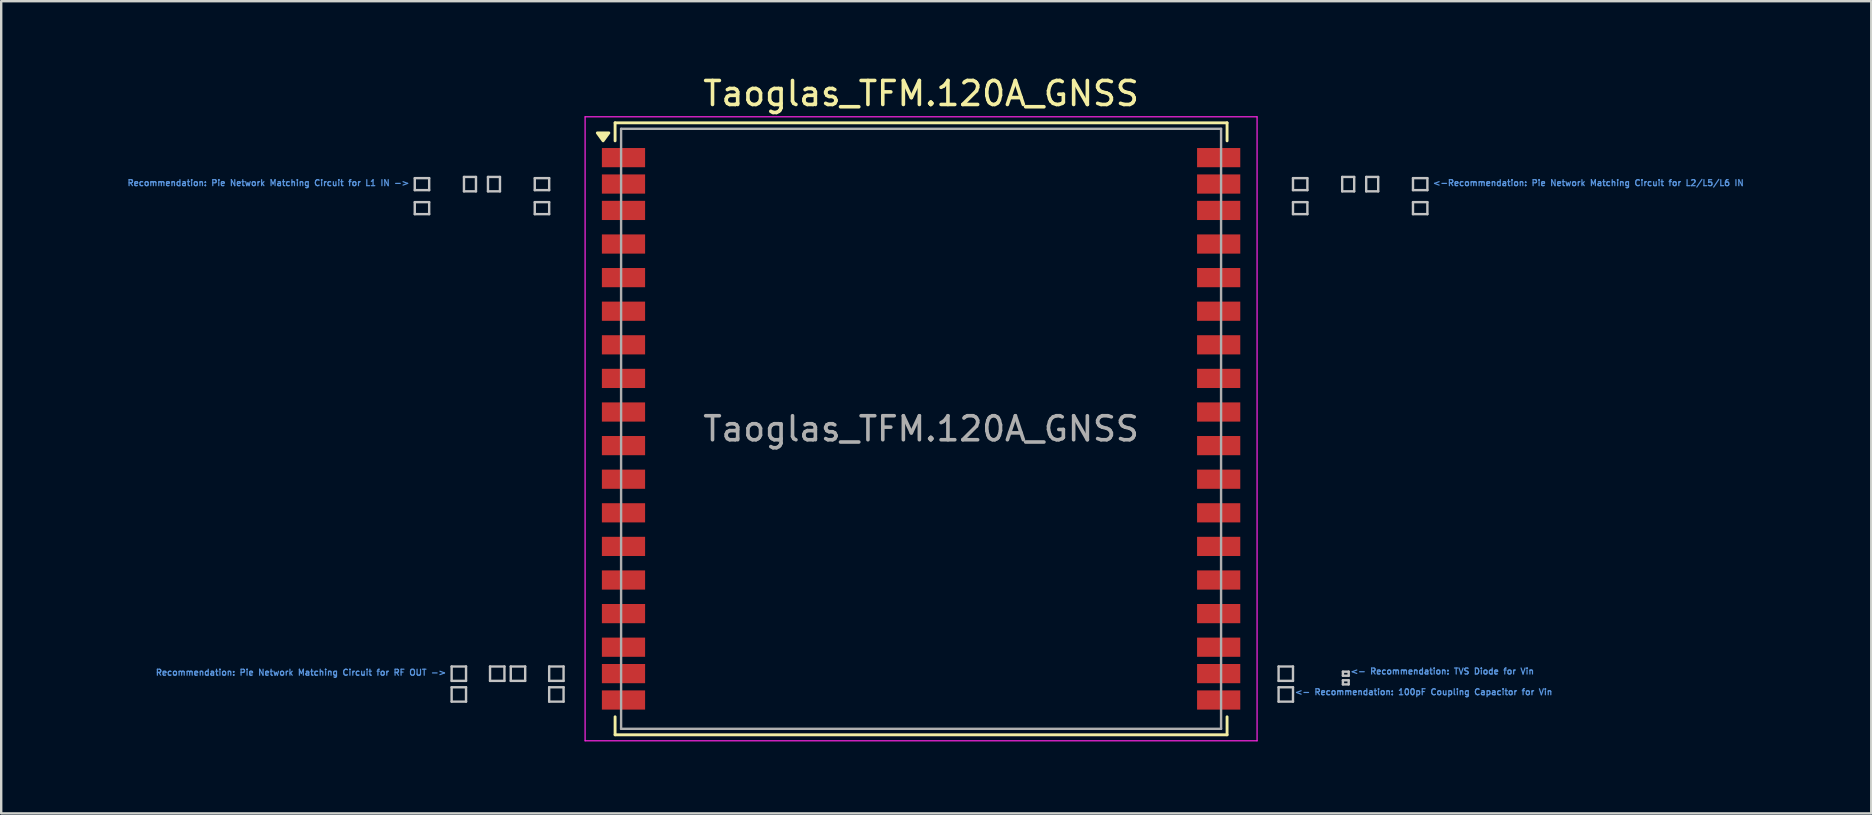
<source format=kicad_pcb>
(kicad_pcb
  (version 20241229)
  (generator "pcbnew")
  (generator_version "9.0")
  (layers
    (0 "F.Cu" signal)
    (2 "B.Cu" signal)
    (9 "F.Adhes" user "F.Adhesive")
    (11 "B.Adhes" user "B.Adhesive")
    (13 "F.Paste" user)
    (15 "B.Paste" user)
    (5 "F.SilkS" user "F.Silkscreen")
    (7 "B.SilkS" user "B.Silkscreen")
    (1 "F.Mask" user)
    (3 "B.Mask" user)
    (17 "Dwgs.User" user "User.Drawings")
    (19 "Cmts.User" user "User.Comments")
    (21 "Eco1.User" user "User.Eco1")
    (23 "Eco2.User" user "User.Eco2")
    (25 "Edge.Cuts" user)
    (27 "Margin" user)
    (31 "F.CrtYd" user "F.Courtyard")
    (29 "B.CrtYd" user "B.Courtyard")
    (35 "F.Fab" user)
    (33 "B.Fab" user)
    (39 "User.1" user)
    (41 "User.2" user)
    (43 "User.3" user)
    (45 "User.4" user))
  (footprint "Taoglas_TFM.120A_GNSS"
    (layer "F.Cu")
    (at 35.33 14.818)
    (property "Reference" "Taoglas_TFM.120A_GNSS" (at 0 -13.97 0) (unlocked yes) (layer "F.SilkS") (effects (font (size 1 1) (thickness 0.15))))
    (attr smd)
    (fp_line (start -12.75 -12.75) (end 12.75 -12.75) (stroke (width 0.12) (type solid)) (layer "F.SilkS"))
    (fp_line (start -12.75 -12) (end -12.75 -12.75) (stroke (width 0.12) (type solid)) (layer "F.SilkS"))
    (fp_line (start -12.75 12) (end -12.75 12.75) (stroke (width 0.12) (type solid)) (layer "F.SilkS"))
    (fp_line (start 12.75 -12) (end 12.75 -12.75) (stroke (width 0.12) (type solid)) (layer "F.SilkS"))
    (fp_line (start 12.75 12) (end 12.75 12.75) (stroke (width 0.12) (type solid)) (layer "F.SilkS"))
    (fp_line (start 12.75 12.75) (end -12.75 12.75) (stroke (width 0.12) (type solid)) (layer "F.SilkS"))
    (fp_poly (pts (xy -13.25 -12) (xy -13.49 -12.33) (xy -13.01 -12.33) (xy -13.25 -12)) (stroke (width 0.12) (type solid)) (fill yes) (layer "F.SilkS"))
    (fp_line (start -21.097 -10.445) (end -20.497 -10.445) (stroke (width 0.1) (type solid)) (layer "Dwgs.User"))
    (fp_line (start -21.097 -9.945) (end -21.097 -10.445) (stroke (width 0.1) (type solid)) (layer "Dwgs.User"))
    (fp_line (start -21.097 -9.945) (end -20.497 -9.945) (stroke (width 0.1) (type solid)) (layer "Dwgs.User"))
    (fp_line (start -21.097 -9.445) (end -20.497 -9.445) (stroke (width 0.1) (type solid)) (layer "Dwgs.User"))
    (fp_line (start -21.097 -8.945) (end -21.097 -9.445) (stroke (width 0.1) (type solid)) (layer "Dwgs.User"))
    (fp_line (start -21.097 -8.945) (end -20.497 -8.945) (stroke (width 0.1) (type solid)) (layer "Dwgs.User"))
    (fp_line (start -20.497 -9.945) (end -20.497 -10.445) (stroke (width 0.1) (type solid)) (layer "Dwgs.User"))
    (fp_line (start -20.497 -8.945) (end -20.497 -9.445) (stroke (width 0.1) (type solid)) (layer "Dwgs.User"))
    (fp_line (start -19.561 9.904) (end -18.961 9.904) (stroke (width 0.1) (type solid)) (layer "Dwgs.User"))
    (fp_line (start -19.561 10.504) (end -19.561 9.904) (stroke (width 0.1) (type solid)) (layer "Dwgs.User"))
    (fp_line (start -19.561 10.504) (end -18.961 10.504) (stroke (width 0.1) (type solid)) (layer "Dwgs.User"))
    (fp_line (start -19.561 10.768) (end -18.961 10.768) (stroke (width 0.1) (type solid)) (layer "Dwgs.User"))
    (fp_line (start -19.561 11.368) (end -19.561 10.768) (stroke (width 0.1) (type solid)) (layer "Dwgs.User"))
    (fp_line (start -19.561 11.368) (end -18.961 11.368) (stroke (width 0.1) (type solid)) (layer "Dwgs.User"))
    (fp_line (start -19.047 -10.495) (end -18.547 -10.495) (stroke (width 0.1) (type solid)) (layer "Dwgs.User"))
    (fp_line (start -19.047 -9.895) (end -19.047 -10.495) (stroke (width 0.1) (type solid)) (layer "Dwgs.User"))
    (fp_line (start -19.047 -9.895) (end -18.547 -9.895) (stroke (width 0.1) (type solid)) (layer "Dwgs.User"))
    (fp_line (start -18.961 10.504) (end -18.961 9.904) (stroke (width 0.1) (type solid)) (layer "Dwgs.User"))
    (fp_line (start -18.961 11.368) (end -18.961 10.768) (stroke (width 0.1) (type solid)) (layer "Dwgs.User"))
    (fp_line (start -18.547 -9.895) (end -18.547 -10.495) (stroke (width 0.1) (type solid)) (layer "Dwgs.User"))
    (fp_line (start -18.047 -10.495) (end -17.547 -10.495) (stroke (width 0.1) (type solid)) (layer "Dwgs.User"))
    (fp_line (start -18.047 -9.895) (end -18.047 -10.495) (stroke (width 0.1) (type solid)) (layer "Dwgs.User"))
    (fp_line (start -18.047 -9.895) (end -17.547 -9.895) (stroke (width 0.1) (type solid)) (layer "Dwgs.User"))
    (fp_line (start -17.961 9.904) (end -17.361 9.904) (stroke (width 0.1) (type solid)) (layer "Dwgs.User"))
    (fp_line (start -17.961 10.504) (end -17.961 9.904) (stroke (width 0.1) (type solid)) (layer "Dwgs.User"))
    (fp_line (start -17.961 10.504) (end -17.361 10.504) (stroke (width 0.1) (type solid)) (layer "Dwgs.User"))
    (fp_line (start -17.547 -9.895) (end -17.547 -10.495) (stroke (width 0.1) (type solid)) (layer "Dwgs.User"))
    (fp_line (start -17.361 10.504) (end -17.361 9.904) (stroke (width 0.1) (type solid)) (layer "Dwgs.User"))
    (fp_line (start -17.097 9.904) (end -16.497 9.904) (stroke (width 0.1) (type solid)) (layer "Dwgs.User"))
    (fp_line (start -17.097 10.504) (end -17.097 9.904) (stroke (width 0.1) (type solid)) (layer "Dwgs.User"))
    (fp_line (start -17.097 10.504) (end -16.497 10.504) (stroke (width 0.1) (type solid)) (layer "Dwgs.User"))
    (fp_line (start -16.497 10.504) (end -16.497 9.904) (stroke (width 0.1) (type solid)) (layer "Dwgs.User"))
    (fp_line (start -16.097 -10.445) (end -15.497 -10.445) (stroke (width 0.1) (type solid)) (layer "Dwgs.User"))
    (fp_line (start -16.097 -9.945) (end -16.097 -10.445) (stroke (width 0.1) (type solid)) (layer "Dwgs.User"))
    (fp_line (start -16.097 -9.945) (end -15.497 -9.945) (stroke (width 0.1) (type solid)) (layer "Dwgs.User"))
    (fp_line (start -16.097 -9.445) (end -15.497 -9.445) (stroke (width 0.1) (type solid)) (layer "Dwgs.User"))
    (fp_line (start -16.097 -8.945) (end -16.097 -9.445) (stroke (width 0.1) (type solid)) (layer "Dwgs.User"))
    (fp_line (start -16.097 -8.945) (end -15.497 -8.945) (stroke (width 0.1) (type solid)) (layer "Dwgs.User"))
    (fp_line (start -15.497 -9.945) (end -15.497 -10.445) (stroke (width 0.1) (type solid)) (layer "Dwgs.User"))
    (fp_line (start -15.497 -8.945) (end -15.497 -9.445) (stroke (width 0.1) (type solid)) (layer "Dwgs.User"))
    (fp_line (start -15.497 9.904) (end -14.897 9.904) (stroke (width 0.1) (type solid)) (layer "Dwgs.User"))
    (fp_line (start -15.497 10.504) (end -15.497 9.904) (stroke (width 0.1) (type solid)) (layer "Dwgs.User"))
    (fp_line (start -15.497 10.504) (end -14.897 10.504) (stroke (width 0.1) (type solid)) (layer "Dwgs.User"))
    (fp_line (start -15.497 10.768) (end -14.897 10.768) (stroke (width 0.1) (type solid)) (layer "Dwgs.User"))
    (fp_line (start -15.497 11.368) (end -15.497 10.768) (stroke (width 0.1) (type solid)) (layer "Dwgs.User"))
    (fp_line (start -15.497 11.368) (end -14.897 11.368) (stroke (width 0.1) (type solid)) (layer "Dwgs.User"))
    (fp_line (start -14.897 10.504) (end -14.897 9.904) (stroke (width 0.1) (type solid)) (layer "Dwgs.User"))
    (fp_line (start -14.897 11.368) (end -14.897 10.768) (stroke (width 0.1) (type solid)) (layer "Dwgs.User"))
    (fp_line (start 14.897 9.904) (end 15.497 9.904) (stroke (width 0.1) (type solid)) (layer "Dwgs.User"))
    (fp_line (start 14.897 10.504) (end 14.897 9.904) (stroke (width 0.1) (type solid)) (layer "Dwgs.User"))
    (fp_line (start 14.897 10.504) (end 15.497 10.504) (stroke (width 0.1) (type solid)) (layer "Dwgs.User"))
    (fp_line (start 14.897 10.768) (end 15.497 10.768) (stroke (width 0.1) (type solid)) (layer "Dwgs.User"))
    (fp_line (start 14.897 11.368) (end 14.897 10.768) (stroke (width 0.1) (type solid)) (layer "Dwgs.User"))
    (fp_line (start 14.897 11.368) (end 15.497 11.368) (stroke (width 0.1) (type solid)) (layer "Dwgs.User"))
    (fp_line (start 15.497 -10.445) (end 16.097 -10.445) (stroke (width 0.1) (type solid)) (layer "Dwgs.User"))
    (fp_line (start 15.497 -9.945) (end 15.497 -10.445) (stroke (width 0.1) (type solid)) (layer "Dwgs.User"))
    (fp_line (start 15.497 -9.945) (end 16.097 -9.945) (stroke (width 0.1) (type solid)) (layer "Dwgs.User"))
    (fp_line (start 15.497 -9.445) (end 16.097 -9.445) (stroke (width 0.1) (type solid)) (layer "Dwgs.User"))
    (fp_line (start 15.497 -8.945) (end 15.497 -9.445) (stroke (width 0.1) (type solid)) (layer "Dwgs.User"))
    (fp_line (start 15.497 -8.945) (end 16.097 -8.945) (stroke (width 0.1) (type solid)) (layer "Dwgs.User"))
    (fp_line (start 15.497 10.504) (end 15.497 9.904) (stroke (width 0.1) (type solid)) (layer "Dwgs.User"))
    (fp_line (start 15.497 11.368) (end 15.497 10.768) (stroke (width 0.1) (type solid)) (layer "Dwgs.User"))
    (fp_line (start 16.097 -9.945) (end 16.097 -10.445) (stroke (width 0.1) (type solid)) (layer "Dwgs.User"))
    (fp_line (start 16.097 -8.945) (end 16.097 -9.445) (stroke (width 0.1) (type solid)) (layer "Dwgs.User"))
    (fp_line (start 17.547 -10.495) (end 18.047 -10.495) (stroke (width 0.1) (type solid)) (layer "Dwgs.User"))
    (fp_line (start 17.547 -9.895) (end 17.547 -10.495) (stroke (width 0.1) (type solid)) (layer "Dwgs.User"))
    (fp_line (start 17.547 -9.895) (end 18.047 -9.895) (stroke (width 0.1) (type solid)) (layer "Dwgs.User"))
    (fp_line (start 17.577 10.119) (end 17.817 10.119) (stroke (width 0.1) (type solid)) (layer "Dwgs.User"))
    (fp_line (start 17.577 10.289) (end 17.577 10.119) (stroke (width 0.1) (type solid)) (layer "Dwgs.User"))
    (fp_line (start 17.577 10.289) (end 17.817 10.289) (stroke (width 0.1) (type solid)) (layer "Dwgs.User"))
    (fp_line (start 17.577 10.479) (end 17.817 10.479) (stroke (width 0.1) (type solid)) (layer "Dwgs.User"))
    (fp_line (start 17.577 10.649) (end 17.577 10.479) (stroke (width 0.1) (type solid)) (layer "Dwgs.User"))
    (fp_line (start 17.577 10.649) (end 17.817 10.649) (stroke (width 0.1) (type solid)) (layer "Dwgs.User"))
    (fp_line (start 17.817 10.289) (end 17.817 10.119) (stroke (width 0.1) (type solid)) (layer "Dwgs.User"))
    (fp_line (start 17.817 10.649) (end 17.817 10.479) (stroke (width 0.1) (type solid)) (layer "Dwgs.User"))
    (fp_line (start 18.047 -9.895) (end 18.047 -10.495) (stroke (width 0.1) (type solid)) (layer "Dwgs.User"))
    (fp_line (start 18.547 -10.495) (end 19.047 -10.495) (stroke (width 0.1) (type solid)) (layer "Dwgs.User"))
    (fp_line (start 18.547 -9.895) (end 18.547 -10.495) (stroke (width 0.1) (type solid)) (layer "Dwgs.User"))
    (fp_line (start 18.547 -9.895) (end 19.047 -9.895) (stroke (width 0.1) (type solid)) (layer "Dwgs.User"))
    (fp_line (start 19.047 -9.895) (end 19.047 -10.495) (stroke (width 0.1) (type solid)) (layer "Dwgs.User"))
    (fp_line (start 20.497 -10.445) (end 21.097 -10.445) (stroke (width 0.1) (type solid)) (layer "Dwgs.User"))
    (fp_line (start 20.497 -9.945) (end 20.497 -10.445) (stroke (width 0.1) (type solid)) (layer "Dwgs.User"))
    (fp_line (start 20.497 -9.945) (end 21.097 -9.945) (stroke (width 0.1) (type solid)) (layer "Dwgs.User"))
    (fp_line (start 20.497 -9.445) (end 21.097 -9.445) (stroke (width 0.1) (type solid)) (layer "Dwgs.User"))
    (fp_line (start 20.497 -8.945) (end 20.497 -9.445) (stroke (width 0.1) (type solid)) (layer "Dwgs.User"))
    (fp_line (start 20.497 -8.945) (end 21.097 -8.945) (stroke (width 0.1) (type solid)) (layer "Dwgs.User"))
    (fp_line (start 21.097 -9.945) (end 21.097 -10.445) (stroke (width 0.1) (type solid)) (layer "Dwgs.User"))
    (fp_line (start 21.097 -8.945) (end 21.097 -9.445) (stroke (width 0.1) (type solid)) (layer "Dwgs.User"))
    (fp_line (start -14 -13) (end 14 -13) (stroke (width 0.05) (type solid)) (layer "F.CrtYd"))
    (fp_line (start -14 13) (end -14 -13) (stroke (width 0.05) (type solid)) (layer "F.CrtYd"))
    (fp_line (start -14 13) (end 14 13) (stroke (width 0.05) (type solid)) (layer "F.CrtYd"))
    (fp_line (start 14 13) (end 14 -13) (stroke (width 0.05) (type solid)) (layer "F.CrtYd"))
    (fp_line (start -12.5 -12.5) (end 12.5 -12.5) (stroke (width 0.1) (type solid)) (layer "F.Fab"))
    (fp_line (start -12.5 12.5) (end -12.5 -12.5) (stroke (width 0.1) (type solid)) (layer "F.Fab"))
    (fp_line (start -12.5 12.5) (end 12.5 12.5) (stroke (width 0.1) (type solid)) (layer "F.Fab"))
    (fp_line (start 12.5 12.5) (end 12.5 -12.5) (stroke (width 0.1) (type solid)) (layer "F.Fab"))
    (fp_text user "${REFERENCE}" (at 0 0 0) (unlocked yes) (layer "F.Fab") (effects (font (size 1 1) (thickness 0.15))))
    (fp_text_box "Recommendation: Pie Network Matching Circuit for RF OUT ->" (start -34.244 9.82) (end -19.578 10.588) (margins 0.188 0.188 0.188 0.188) (layer "Cmts.User") (effects (font (size 0.25 0.25) (thickness 0.05)) (justify right top)) (border no) (stroke (width 0) (type solid)))
    (fp_text_box "<- Recommendation: 100pF Coupling Capacitor for Vin" (start 15.364 10.634) (end 28.203 11.502) (margins 0.188 0.188 0.188 0.188) (layer "Cmts.User") (effects (font (size 0.25 0.25) (thickness 0.05)) (justify left top)) (border no) (stroke (width 0) (type solid)))
    (fp_text_box "Recommendation: Pie Network Matching Circuit for L1 IN ->" (start -35.33 -10.579) (end -21.114 -9.811) (margins 0.188 0.188 0.188 0.188) (layer "Cmts.User") (effects (font (size 0.25 0.25) (thickness 0.05)) (justify right top)) (border no) (stroke (width 0) (type solid)))
    (fp_text_box "<-Recommendation: Pie Network Matching Circuit for L2/L5/L6 IN" (start 21.114 -10.579) (end 36.592 -9.811) (margins 0.188 0.188 0.188 0.188) (layer "Cmts.User") (effects (font (size 0.25 0.25) (thickness 0.05)) (justify left top)) (border no) (stroke (width 0) (type solid)))
    (fp_text_box "<- Recommendation: TVS Diode for Vin" (start 17.684 9.77) (end 30.523 10.638) (margins 0.188 0.188 0.188 0.188) (layer "Cmts.User") (effects (font (size 0.25 0.25) (thickness 0.05)) (justify left top)) (border no) (stroke (width 0) (type solid)))
    (pad "1" smd rect (at -12.4 -11.3) (size 1.8 0.8) (layers "F.Cu" "F.Mask" "F.Paste"))
    (pad "2" smd rect (at -12.4 -10.2) (size 1.8 0.8) (layers "F.Cu" "F.Mask" "F.Paste"))
    (pad "3" smd rect (at -12.4 -9.1) (size 1.8 0.8) (layers "F.Cu" "F.Mask" "F.Paste"))
    (pad "4" smd rect (at -12.4 -7.7) (size 1.8 0.8) (layers "F.Cu" "F.Mask" "F.Paste"))
    (pad "5" smd rect (at -12.4 -6.3) (size 1.8 0.8) (layers "F.Cu" "F.Mask" "F.Paste"))
    (pad "6" smd rect (at -12.4 -4.9) (size 1.8 0.8) (layers "F.Cu" "F.Mask" "F.Paste"))
    (pad "7" smd rect (at -12.4 -3.5) (size 1.8 0.8) (layers "F.Cu" "F.Mask" "F.Paste"))
    (pad "8" smd rect (at -12.4 -2.1) (size 1.8 0.8) (layers "F.Cu" "F.Mask" "F.Paste"))
    (pad "9" smd rect (at -12.4 -0.7) (size 1.8 0.8) (layers "F.Cu" "F.Mask" "F.Paste"))
    (pad "10" smd rect (at -12.4 0.7) (size 1.8 0.8) (layers "F.Cu" "F.Mask" "F.Paste"))
    (pad "11" smd rect (at -12.4 2.1) (size 1.8 0.8) (layers "F.Cu" "F.Mask" "F.Paste"))
    (pad "12" smd rect (at -12.4 3.5) (size 1.8 0.8) (layers "F.Cu" "F.Mask" "F.Paste"))
    (pad "13" smd rect (at -12.4 4.9) (size 1.8 0.8) (layers "F.Cu" "F.Mask" "F.Paste"))
    (pad "14" smd rect (at -12.4 6.3) (size 1.8 0.8) (layers "F.Cu" "F.Mask" "F.Paste"))
    (pad "15" smd rect (at -12.4 7.7) (size 1.8 0.8) (layers "F.Cu" "F.Mask" "F.Paste"))
    (pad "16" smd rect (at -12.4 9.1) (size 1.8 0.8) (layers "F.Cu" "F.Mask" "F.Paste"))
    (pad "17" smd rect (at -12.4 10.2) (size 1.8 0.8) (layers "F.Cu" "F.Mask" "F.Paste"))
    (pad "18" smd rect (at -12.4 11.3) (size 1.8 0.8) (layers "F.Cu" "F.Mask" "F.Paste"))
    (pad "19" smd rect (at 12.4 11.3) (size 1.8 0.8) (layers "F.Cu" "F.Mask" "F.Paste"))
    (pad "20" smd rect (at 12.4 10.2) (size 1.8 0.8) (layers "F.Cu" "F.Mask" "F.Paste"))
    (pad "21" smd rect (at 12.4 9.1) (size 1.8 0.8) (layers "F.Cu" "F.Mask" "F.Paste"))
    (pad "22" smd rect (at 12.4 7.7) (size 1.8 0.8) (layers "F.Cu" "F.Mask" "F.Paste"))
    (pad "23" smd rect (at 12.4 6.3) (size 1.8 0.8) (layers "F.Cu" "F.Mask" "F.Paste"))
    (pad "24" smd rect (at 12.4 4.9) (size 1.8 0.8) (layers "F.Cu" "F.Mask" "F.Paste"))
    (pad "25" smd rect (at 12.4 3.5) (size 1.8 0.8) (layers "F.Cu" "F.Mask" "F.Paste"))
    (pad "26" smd rect (at 12.4 2.1) (size 1.8 0.8) (layers "F.Cu" "F.Mask" "F.Paste"))
    (pad "27" smd rect (at 12.4 0.7) (size 1.8 0.8) (layers "F.Cu" "F.Mask" "F.Paste"))
    (pad "28" smd rect (at 12.4 -0.7) (size 1.8 0.8) (layers "F.Cu" "F.Mask" "F.Paste"))
    (pad "29" smd rect (at 12.4 -2.1) (size 1.8 0.8) (layers "F.Cu" "F.Mask" "F.Paste"))
    (pad "30" smd rect (at 12.4 -3.5) (size 1.8 0.8) (layers "F.Cu" "F.Mask" "F.Paste"))
    (pad "31" smd rect (at 12.4 -4.9) (size 1.8 0.8) (layers "F.Cu" "F.Mask" "F.Paste"))
    (pad "32" smd rect (at 12.4 -6.3) (size 1.8 0.8) (layers "F.Cu" "F.Mask" "F.Paste"))
    (pad "33" smd rect (at 12.4 -7.7) (size 1.8 0.8) (layers "F.Cu" "F.Mask" "F.Paste"))
    (pad "34" smd rect (at 12.4 -9.1) (size 1.8 0.8) (layers "F.Cu" "F.Mask" "F.Paste"))
    (pad "35" smd rect (at 12.4 -10.2) (size 1.8 0.8) (layers "F.Cu" "F.Mask" "F.Paste"))
    (pad "36" smd rect (at 12.4 -11.3) (size 1.8 0.8) (layers "F.Cu" "F.Mask" "F.Paste"))
    (zone (net_name "") (layer "F.Cu") (hatch edge 0.508) (connect_pads) (min_thickness 0.254) (filled_areas_thickness no) (keepout (tracks allowed) (vias allowed) (pads allowed) (copperpour not_allowed) (footprints allowed)) (placement (enabled no)) (fill) (polygon (pts (xy 24.43 5.318) (xy 22.03 5.318) (xy 22.03 3.918) (xy 24.43 3.918))))
    (zone (net_name "") (layer "F.Cu") (hatch edge 0.508) (connect_pads) (min_thickness 0.254) (filled_areas_thickness no) (keepout (tracks allowed) (vias allowed) (pads allowed) (copperpour not_allowed) (footprints allowed)) (placement (enabled no)) (fill) (polygon (pts (xy 24.43 25.718) (xy 22.03 25.718) (xy 22.03 24.318) (xy 24.43 24.318))))
    (zone (net_name "") (layer "F.Cu") (hatch edge 0.508) (connect_pads) (min_thickness 0.254) (filled_areas_thickness no) (keepout (tracks allowed) (vias allowed) (pads allowed) (copperpour not_allowed) (footprints allowed)) (placement (enabled no)) (fill) (polygon (pts (xy 46.23 3.918) (xy 48.63 3.918) (xy 48.63 5.318) (xy 46.23 5.318)))))
  (gr_rect
    (start -3 -3)
    (end 74.922 30.843)
    (stroke (width 0.1) (type default))
    (fill no)
    (layer "Edge.Cuts")))
</source>
